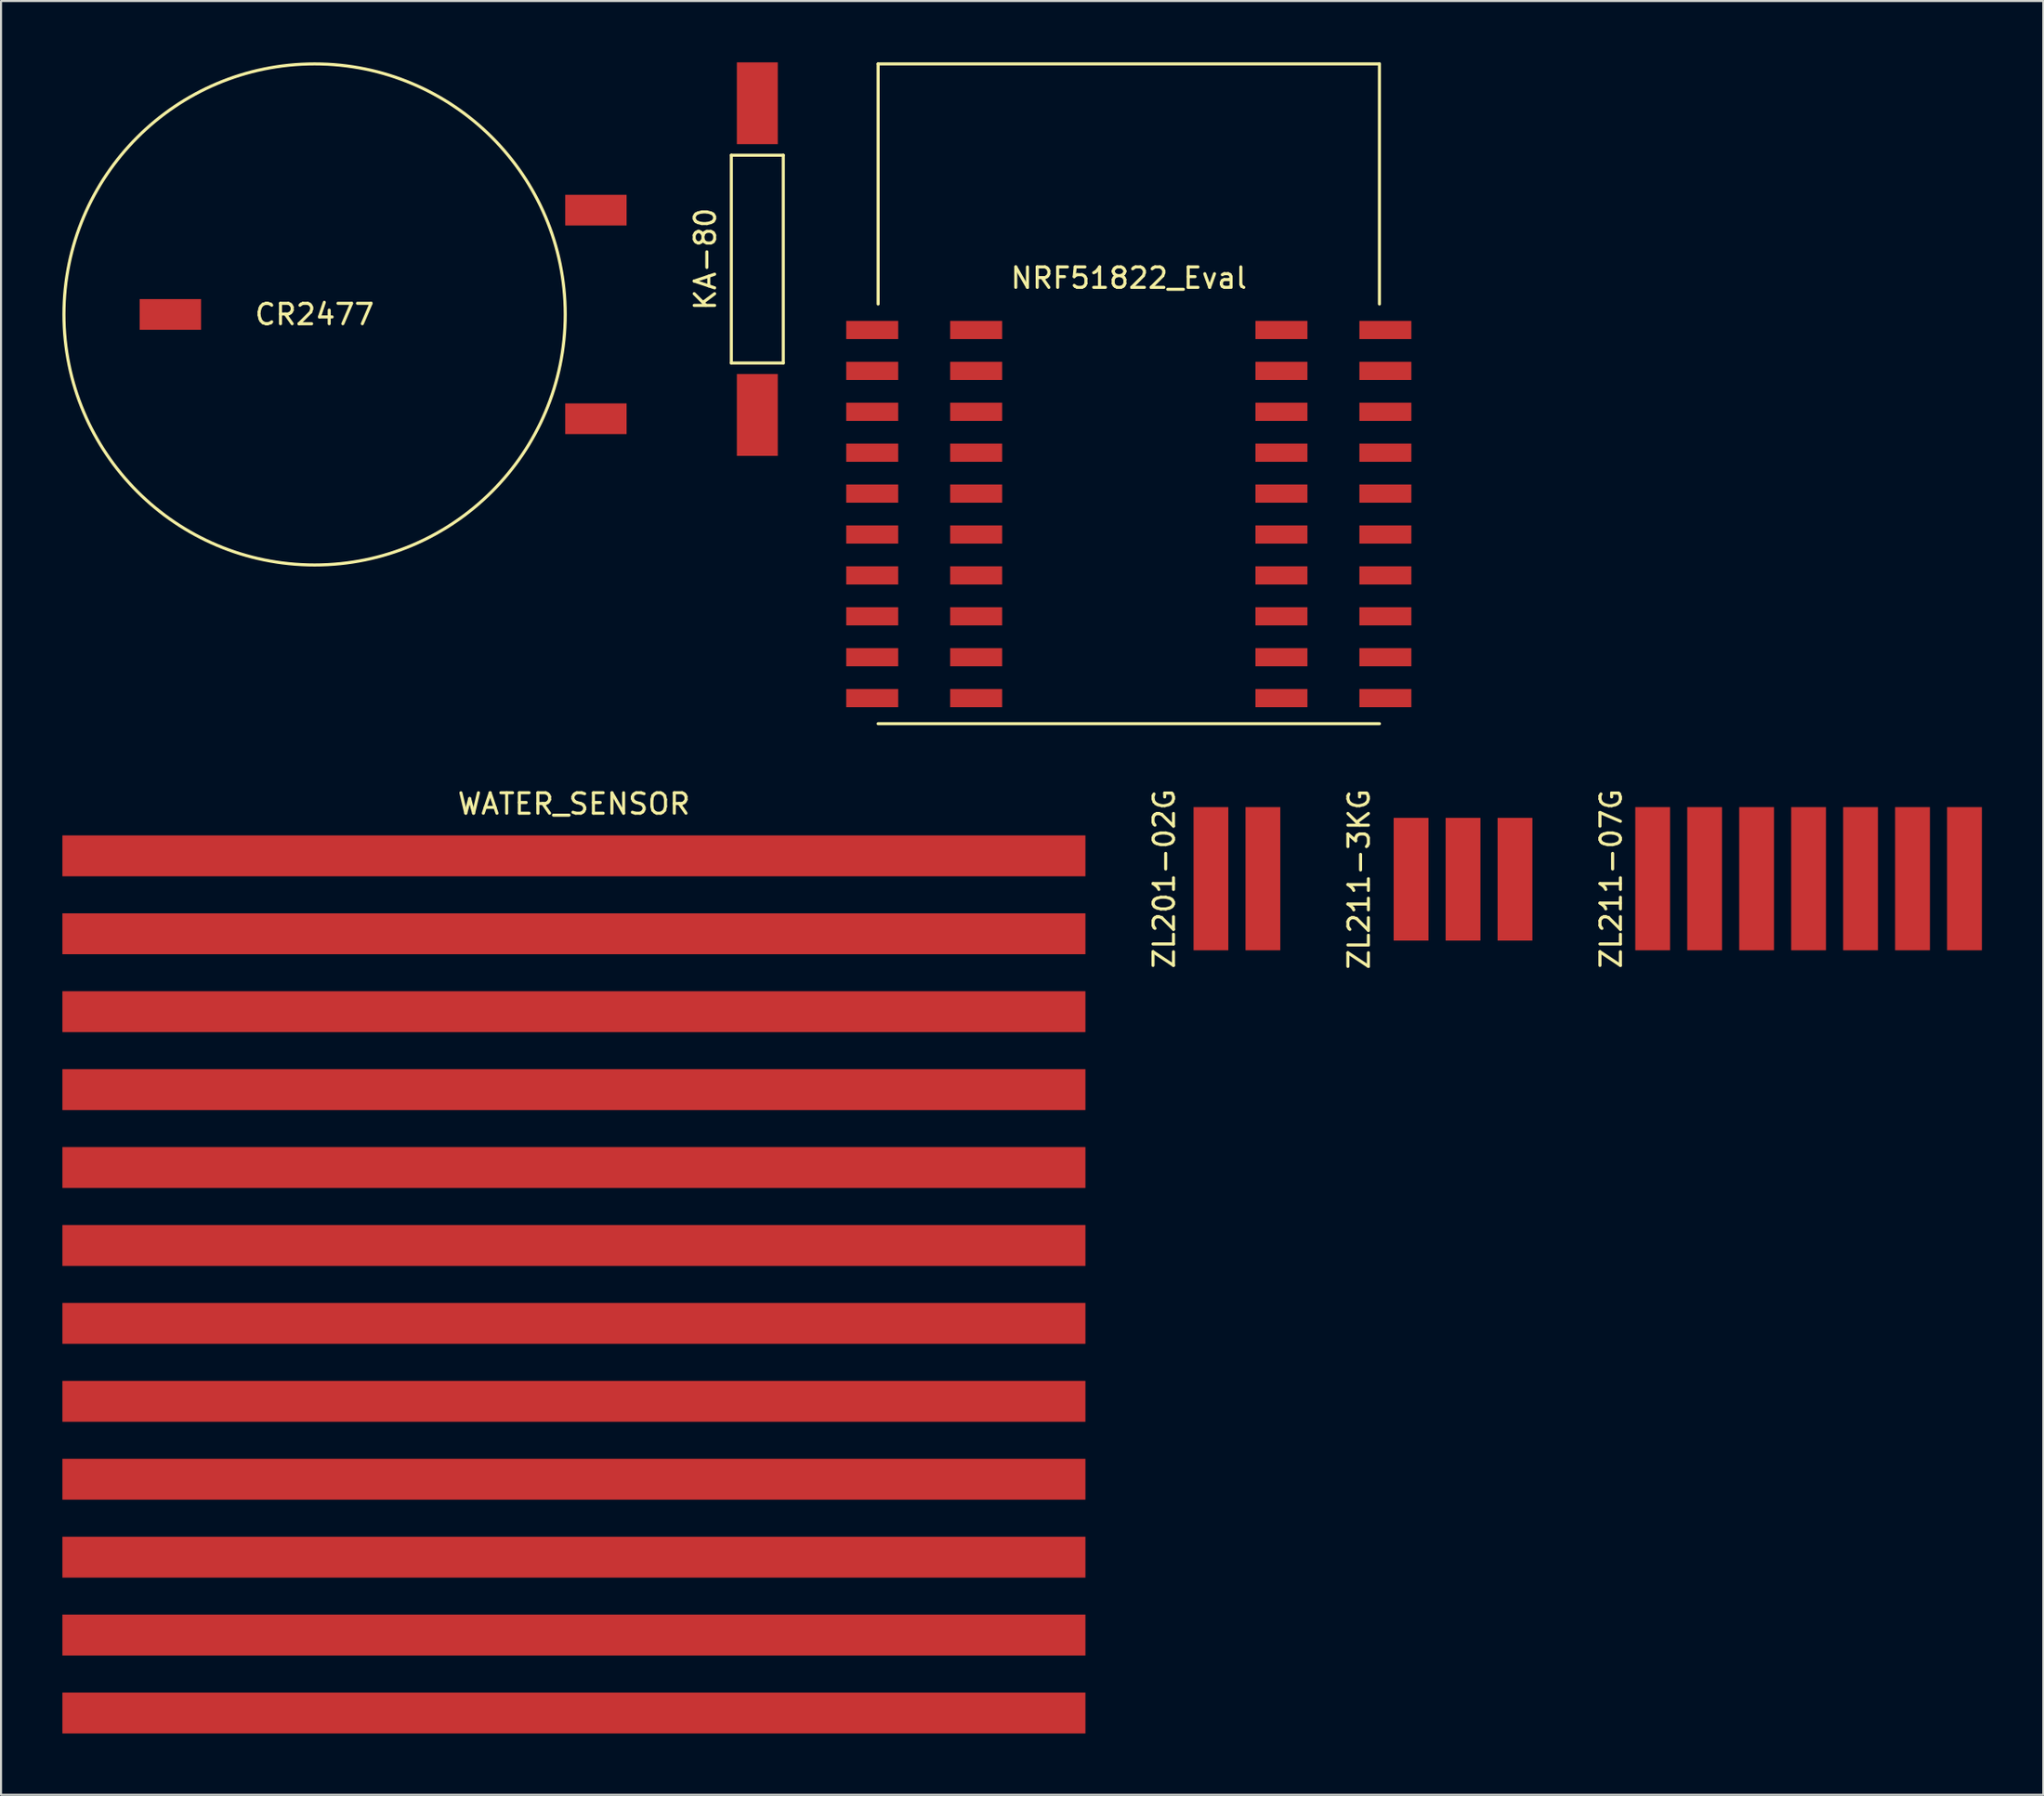
<source format=kicad_pcb>
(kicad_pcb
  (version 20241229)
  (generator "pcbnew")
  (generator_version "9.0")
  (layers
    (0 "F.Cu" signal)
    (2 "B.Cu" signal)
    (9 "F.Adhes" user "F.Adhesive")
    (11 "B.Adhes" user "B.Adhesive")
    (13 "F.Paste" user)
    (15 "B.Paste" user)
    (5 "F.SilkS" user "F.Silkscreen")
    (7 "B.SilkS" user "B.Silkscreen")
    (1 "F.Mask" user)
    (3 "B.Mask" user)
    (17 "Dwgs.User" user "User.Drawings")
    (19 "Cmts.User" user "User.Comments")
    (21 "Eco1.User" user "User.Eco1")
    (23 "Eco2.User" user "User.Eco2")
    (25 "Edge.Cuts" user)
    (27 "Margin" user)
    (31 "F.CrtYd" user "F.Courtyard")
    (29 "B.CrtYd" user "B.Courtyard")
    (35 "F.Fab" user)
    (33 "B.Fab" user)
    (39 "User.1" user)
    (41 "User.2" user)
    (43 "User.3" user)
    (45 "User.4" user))
  (footprint "ZL211-07G"
    (layer "F.Cu")
    (at 85.343 39.916)
    (property "Reference" "ZL211-07G" (at -9.652 0 90) (layer "F.SilkS") (effects (font (size 1 1) (thickness 0.15))))
    (attr through_hole)
    (pad "1" smd rect (at -7.62 0) (size 1.7 7) (layers "F.Cu" "F.Mask" "F.Paste"))
    (pad "2" smd rect (at -5.08 0) (size 1.7 7) (layers "F.Cu" "F.Mask" "F.Paste"))
    (pad "3" smd rect (at -2.54 0) (size 1.7 7) (layers "F.Cu" "F.Mask" "F.Paste"))
    (pad "4" smd rect (at 0 0) (size 1.7 7) (layers "F.Cu" "F.Mask" "F.Paste"))
    (pad "5" smd rect (at 2.54 0) (size 1.7 7) (layers "F.Cu" "F.Mask" "F.Paste"))
    (pad "6" smd rect (at 5.08 0) (size 1.7 7) (layers "F.Cu" "F.Mask" "F.Paste"))
    (pad "7" smd rect (at 7.62 0) (size 1.7 7) (layers "F.Cu" "F.Mask" "F.Paste")))
  (footprint "ZL211-3KG"
    (layer "F.Cu")
    (at 68.453 39.94)
    (property "Reference" "ZL211-3KG" (at -5.08 0 90) (layer "F.SilkS") (effects (font (size 1 1) (thickness 0.15))))
    (attr through_hole)
    (pad "1" smd rect (at -2.54 0) (size 1.7 6) (layers "F.Cu" "F.Mask" "F.Paste"))
    (pad "2" smd rect (at 0 0) (size 1.7 6) (layers "F.Cu" "F.Mask" "F.Paste"))
    (pad "3" smd rect (at 2.54 0) (size 1.7 6) (layers "F.Cu" "F.Mask" "F.Paste")))
  (footprint "KA-80"
    (layer "F.Cu")
    (at 33.963 9.62)
    (property "Reference" "KA-80" (at -2.54 0 90) (layer "F.SilkS") (effects (font (size 1 1) (thickness 0.15))))
    (attr through_hole)
    (fp_line (start -1.27 -5.08) (end -1.27 5.08) (stroke (width 0.15) (type solid)) (layer "F.SilkS"))
    (fp_line (start -1.27 5.08) (end 1.27 5.08) (stroke (width 0.15) (type solid)) (layer "F.SilkS"))
    (fp_line (start 1.27 -5.08) (end -1.27 -5.08) (stroke (width 0.15) (type solid)) (layer "F.SilkS"))
    (fp_line (start 1.27 5.08) (end 1.27 -5.08) (stroke (width 0.15) (type solid)) (layer "F.SilkS"))
    (pad "1" smd rect (at 0 -7.62) (size 2 4) (layers "F.Cu" "F.Mask" "F.Paste"))
    (pad "2" smd rect (at 0 7.62) (size 2 4) (layers "F.Cu" "F.Mask" "F.Paste")))
  (footprint "CR2477"
    (layer "F.Cu")
    (at 12.325 12.325)
    (property "Reference" "CR2477" (at 0 0 0) (layer "F.SilkS") (effects (font (size 1 1) (thickness 0.15))))
    (attr through_hole)
    (fp_circle (center 0 0) (end 12.25 0) (stroke (width 0.15) (type solid)) (fill no) (layer "F.SilkS"))
    (pad "1" smd rect (at 13.75 -5.1) (size 3 1.5) (layers "F.Cu" "F.Mask" "F.Paste"))
    (pad "1" smd rect (at 13.75 5.1) (size 3 1.5) (layers "F.Cu" "F.Mask" "F.Paste"))
    (pad "2" smd rect (at -7.05 0) (size 3 1.5) (layers "F.Cu" "F.Mask" "F.Paste")))
  (footprint "NRF51822_Eval"
    (layer "F.Cu")
    (at 52.118 13.085)
    (property "Reference" "NRF51822_Eval" (at 0 -2.54 0) (layer "F.SilkS") (effects (font (size 1 1) (thickness 0.15))))
    (attr through_hole)
    (fp_line (start -12.25 -13.01) (end 12.25 -13.01) (stroke (width 0.15) (type solid)) (layer "F.SilkS"))
    (fp_line (start -12.25 -1.27) (end -12.25 -13.01) (stroke (width 0.15) (type solid)) (layer "F.SilkS"))
    (fp_line (start -12.25 19.25) (end 12.25 19.25) (stroke (width 0.15) (type solid)) (layer "F.SilkS"))
    (fp_line (start 12.25 -13.01) (end 12.25 -1.27) (stroke (width 0.15) (type solid)) (layer "F.SilkS"))
    (pad "0" smd rect (at -12.54 0) (size 2.54 0.89) (layers "F.Cu" "F.Mask" "F.Paste"))
    (pad "0" smd rect (at -7.46 0) (size 2.54 0.89) (layers "F.Cu" "F.Mask" "F.Paste"))
    (pad "0" smd rect (at 7.46 0) (size 2.54 0.89) (layers "F.Cu" "F.Mask" "F.Paste"))
    (pad "0" smd rect (at 12.54 0) (size 2.54 0.89) (layers "F.Cu" "F.Mask" "F.Paste"))
    (pad "1" smd rect (at -12.54 2) (size 2.54 0.89) (layers "F.Cu" "F.Mask" "F.Paste"))
    (pad "2" smd rect (at -7.46 2) (size 2.54 0.89) (layers "F.Cu" "F.Mask" "F.Paste"))
    (pad "3" smd rect (at -12.54 4) (size 2.54 0.89) (layers "F.Cu" "F.Mask" "F.Paste"))
    (pad "4" smd rect (at -7.46 4) (size 2.54 0.89) (layers "F.Cu" "F.Mask" "F.Paste"))
    (pad "5" smd rect (at -12.54 6) (size 2.54 0.89) (layers "F.Cu" "F.Mask" "F.Paste"))
    (pad "6" smd rect (at -7.46 6) (size 2.54 0.89) (layers "F.Cu" "F.Mask" "F.Paste"))
    (pad "7" smd rect (at -12.54 8) (size 2.54 0.89) (layers "F.Cu" "F.Mask" "F.Paste"))
    (pad "8" smd rect (at -7.46 8) (size 2.54 0.89) (layers "F.Cu" "F.Mask" "F.Paste"))
    (pad "9" smd rect (at -12.54 10) (size 2.54 0.89) (layers "F.Cu" "F.Mask" "F.Paste"))
    (pad "10" smd rect (at -7.46 10) (size 2.54 0.89) (layers "F.Cu" "F.Mask" "F.Paste"))
    (pad "11" smd rect (at -12.54 12) (size 2.54 0.89) (layers "F.Cu" "F.Mask" "F.Paste"))
    (pad "12" smd rect (at -7.46 12) (size 2.54 0.89) (layers "F.Cu" "F.Mask" "F.Paste"))
    (pad "13" smd rect (at -12.54 14) (size 2.54 0.89) (layers "F.Cu" "F.Mask" "F.Paste"))
    (pad "14" smd rect (at -7.46 14) (size 2.54 0.89) (layers "F.Cu" "F.Mask" "F.Paste"))
    (pad "15" smd rect (at -12.54 16) (size 2.54 0.89) (layers "F.Cu" "F.Mask" "F.Paste"))
    (pad "16" smd rect (at -7.46 16) (size 2.54 0.89) (layers "F.Cu" "F.Mask" "F.Paste"))
    (pad "17" smd rect (at -12.54 18) (size 2.54 0.89) (layers "F.Cu" "F.Mask" "F.Paste"))
    (pad "18" smd rect (at -7.46 18) (size 2.54 0.89) (layers "F.Cu" "F.Mask" "F.Paste"))
    (pad "19" smd rect (at 7.46 18) (size 2.54 0.89) (layers "F.Cu" "F.Mask" "F.Paste"))
    (pad "20" smd rect (at 12.54 18) (size 2.54 0.89) (layers "F.Cu" "F.Mask" "F.Paste"))
    (pad "21" smd rect (at 7.46 16) (size 2.54 0.89) (layers "F.Cu" "F.Mask" "F.Paste"))
    (pad "22" smd rect (at 12.54 16) (size 2.54 0.89) (layers "F.Cu" "F.Mask" "F.Paste"))
    (pad "23" smd rect (at 7.46 14) (size 2.54 0.89) (layers "F.Cu" "F.Mask" "F.Paste"))
    (pad "24" smd rect (at 12.54 14) (size 2.54 0.89) (layers "F.Cu" "F.Mask" "F.Paste"))
    (pad "25" smd rect (at 7.46 12) (size 2.54 0.89) (layers "F.Cu" "F.Mask" "F.Paste"))
    (pad "26" smd rect (at 12.54 12) (size 2.54 0.89) (layers "F.Cu" "F.Mask" "F.Paste"))
    (pad "27" smd rect (at 7.46 10) (size 2.54 0.89) (layers "F.Cu" "F.Mask" "F.Paste"))
    (pad "28" smd rect (at 12.54 10) (size 2.54 0.89) (layers "F.Cu" "F.Mask" "F.Paste"))
    (pad "29" smd rect (at 7.46 8) (size 2.54 0.89) (layers "F.Cu" "F.Mask" "F.Paste"))
    (pad "30" smd rect (at 12.54 8) (size 2.54 0.89) (layers "F.Cu" "F.Mask" "F.Paste"))
    (pad "31" smd rect (at 7.46 6) (size 2.54 0.89) (layers "F.Cu" "F.Mask" "F.Paste"))
    (pad "32" smd rect (at 12.54 6) (size 2.54 0.89) (layers "F.Cu" "F.Mask" "F.Paste"))
    (pad "33" smd rect (at 7.46 4) (size 2.54 0.89) (layers "F.Cu" "F.Mask" "F.Paste"))
    (pad "34" smd rect (at 12.54 4) (size 2.54 0.89) (layers "F.Cu" "F.Mask" "F.Paste"))
    (pad "35" smd rect (at 7.46 2) (size 2.54 0.89) (layers "F.Cu" "F.Mask" "F.Paste"))
    (pad "36" smd rect (at 12.54 2) (size 2.54 0.89) (layers "F.Cu" "F.Mask" "F.Paste")))
  (footprint "WATER_SENSOR"
    (layer "F.Cu")
    (at 25 57.848)
    (property "Reference" "WATER_SENSOR" (at 0 -21.59 0) (layer "F.SilkS") (effects (font (size 1 1) (thickness 0.15))))
    (attr through_hole)
    (pad "1" smd rect (at 0 -19.05) (size 50 2) (layers "F.Cu" "F.Mask" "F.Paste"))
    (pad "1" smd rect (at 0 -11.43) (size 50 2) (layers "F.Cu" "F.Mask" "F.Paste"))
    (pad "1" smd rect (at 0 -3.81) (size 50 2) (layers "F.Cu" "F.Mask" "F.Paste"))
    (pad "1" smd rect (at 0 3.81) (size 50 2) (layers "F.Cu" "F.Mask" "F.Paste"))
    (pad "1" smd rect (at 0 11.43) (size 50 2) (layers "F.Cu" "F.Mask" "F.Paste"))
    (pad "1" smd rect (at 0 19.05) (size 50 2) (layers "F.Cu" "F.Mask" "F.Paste"))
    (pad "2" smd rect (at 0 -15.24) (size 50 2) (layers "F.Cu" "F.Mask" "F.Paste"))
    (pad "2" smd rect (at 0 -7.62) (size 50 2) (layers "F.Cu" "F.Mask" "F.Paste"))
    (pad "2" smd rect (at 0 0) (size 50 2) (layers "F.Cu" "F.Mask" "F.Paste"))
    (pad "2" smd rect (at 0 7.62) (size 50 2) (layers "F.Cu" "F.Mask" "F.Paste"))
    (pad "2" smd rect (at 0 15.24) (size 50 2) (layers "F.Cu" "F.Mask" "F.Paste"))
    (pad "2" smd rect (at 0 22.86) (size 50 2) (layers "F.Cu" "F.Mask" "F.Paste")))
  (footprint "ZL201-02G"
    (layer "F.Cu")
    (at 56.134 39.916)
    (property "Reference" "ZL201-02G" (at -2.286 0 90) (layer "F.SilkS") (effects (font (size 1 1) (thickness 0.15))))
    (attr through_hole)
    (pad "1" smd rect (at 0 0) (size 1.7 7) (layers "F.Cu" "F.Mask" "F.Paste"))
    (pad "2" smd rect (at 2.54 0) (size 1.7 7) (layers "F.Cu" "F.Mask" "F.Paste")))
  (gr_rect
    (start -3 -3)
    (end 96.813 84.708)
    (stroke (width 0.1) (type default))
    (fill no)
    (layer "Edge.Cuts")))
</source>
